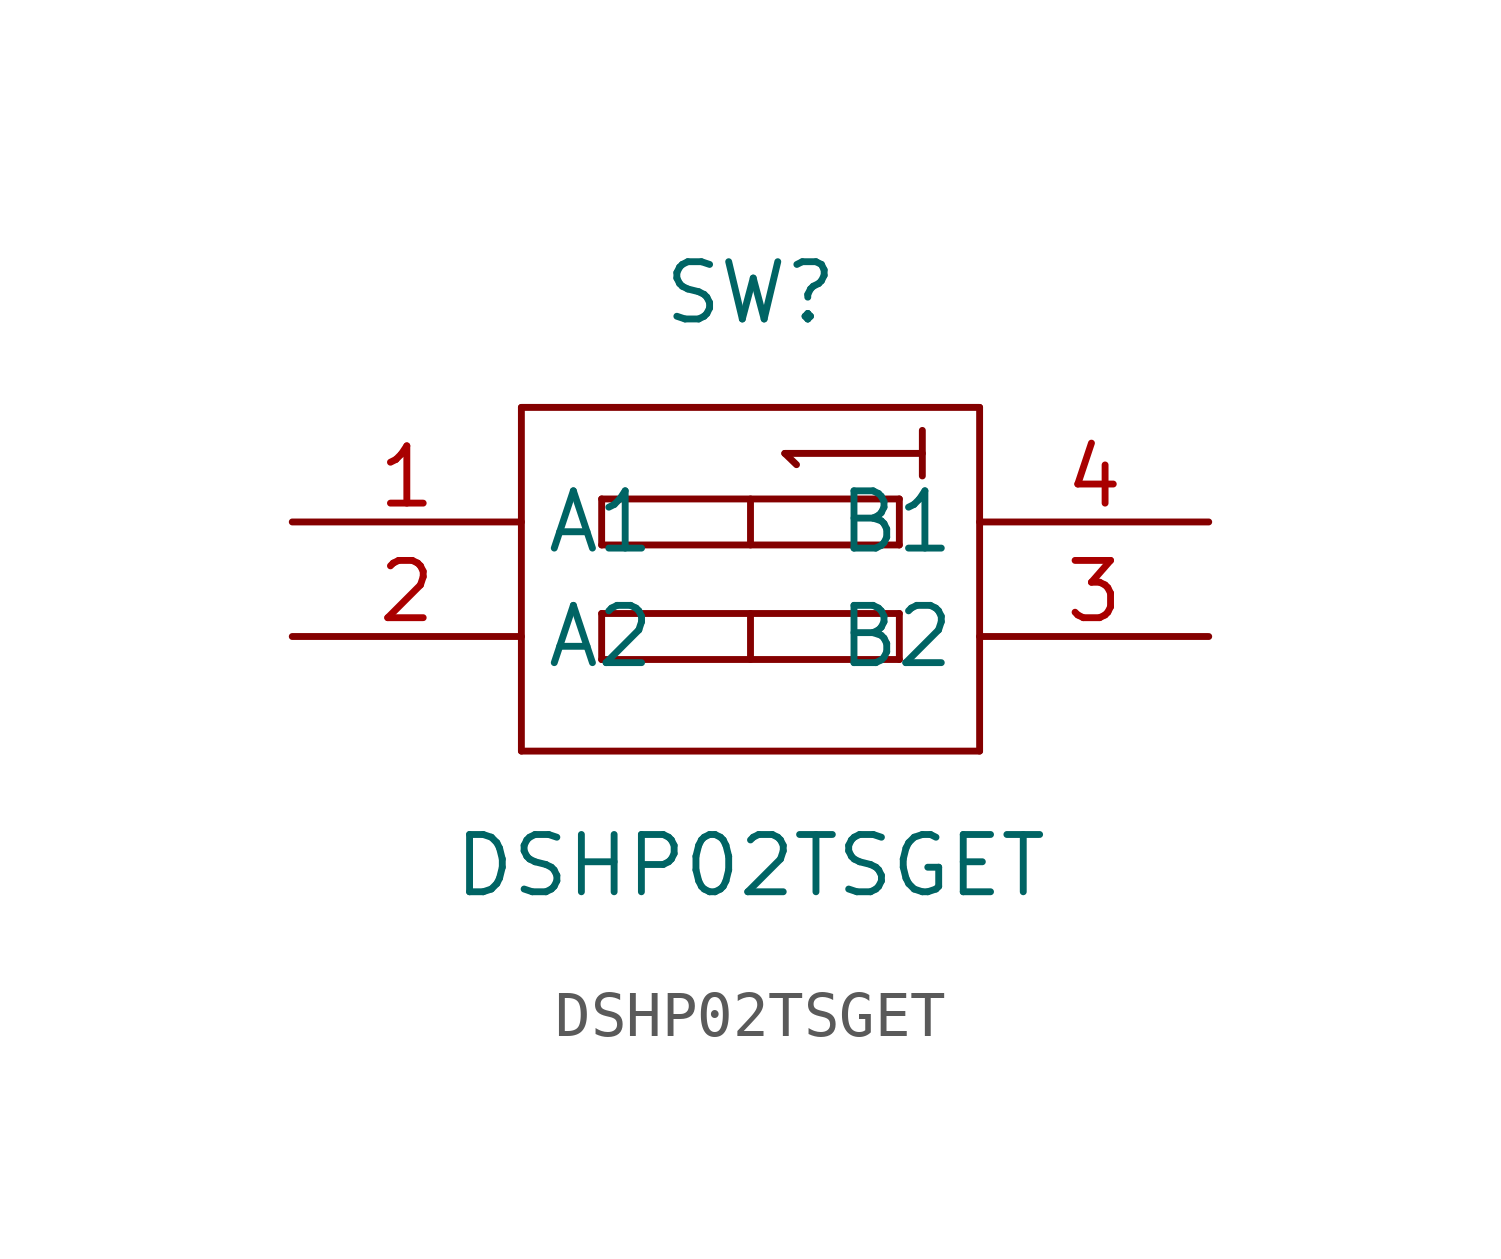
<source format=kicad_sym>
(kicad_symbol_lib
  (version 20211014)
  (generator https://github.com/uPesy/easyeda2kicad.py)
  (symbol "DSHP02TSGET"
    (property "Reference" "SW"
      (at 0 6.35 0)
      (effects (font (size 1.27 1.27))))
    (property "Value" "DSHP02TSGET"
      (at 0 -6.35 0)
      (effects (font (size 1.27 1.27))))
    (symbol "DSHP02TSGET_0_1"
      (polyline (pts (xy -3.30 1.78) (xy 3.30 1.78)) (stroke (width 0) (type default) (color 0 0 0 0)) (fill (type none)))
      (polyline (pts (xy 3.30 1.78) (xy 3.30 0.76)) (stroke (width 0) (type default) (color 0 0 0 0)) (fill (type none)))
      (polyline (pts (xy 3.30 0.76) (xy -3.30 0.76)) (stroke (width 0) (type default) (color 0 0 0 0)) (fill (type none)))
      (polyline (pts (xy -3.30 0.76) (xy -3.30 1.78)) (stroke (width 0) (type default) (color 0 0 0 0)) (fill (type none)))
      (polyline (pts (xy 0.00 1.78) (xy 0.00 0.76)) (stroke (width 0) (type default) (color 0 0 0 0)) (fill (type none)))
      (polyline (pts (xy -3.30 -0.76) (xy 3.30 -0.76)) (stroke (width 0) (type default) (color 0 0 0 0)) (fill (type none)))
      (polyline (pts (xy 3.30 -0.76) (xy 3.30 -1.78)) (stroke (width 0) (type default) (color 0 0 0 0)) (fill (type none)))
      (polyline (pts (xy 3.30 -1.78) (xy -3.30 -1.78)) (stroke (width 0) (type default) (color 0 0 0 0)) (fill (type none)))
      (polyline (pts (xy -3.30 -1.78) (xy -3.30 -0.76)) (stroke (width 0) (type default) (color 0 0 0 0)) (fill (type none)))
      (polyline (pts (xy 0.00 -0.76) (xy 0.00 -1.78)) (stroke (width 0) (type default) (color 0 0 0 0)) (fill (type none)))
      (polyline (pts (xy -5.08 3.81) (xy 5.08 3.81)) (stroke (width 0) (type default) (color 0 0 0 0)) (fill (type none)))
      (polyline (pts (xy 5.08 3.81) (xy 5.08 -3.81)) (stroke (width 0) (type default) (color 0 0 0 0)) (fill (type none)))
      (polyline (pts (xy 5.08 -3.81) (xy -5.08 -3.81)) (stroke (width 0) (type default) (color 0 0 0 0)) (fill (type none)))
      (polyline (pts (xy -5.08 -3.81) (xy -5.08 3.81)) (stroke (width 0) (type default) (color 0 0 0 0)) (fill (type none)))
      (polyline (pts (xy 1.02 2.54) (xy 0.76 2.79)) (stroke (width 0) (type default) (color 0 0 0 0)) (fill (type none)))
      (polyline (pts (xy 0.76 2.79) (xy 3.81 2.79)) (stroke (width 0) (type default) (color 0 0 0 0)) (fill (type none)))
      (polyline (pts (xy 3.81 3.30) (xy 3.81 2.29)) (stroke (width 0) (type default) (color 0 0 0 0)) (fill (type none)))
      (pin input line (at -10.16 1.27 0) (length 5.08) (name "A1" (effects (font (size 1.27 1.27)))) (number "1" (effects (font (size 1.27 1.27)))))
      (pin input line (at -10.16 -1.27 0) (length 5.08) (name "A2" (effects (font (size 1.27 1.27)))) (number "2" (effects (font (size 1.27 1.27)))))
      (pin input line (at 10.16 1.27 180) (length 5.08) (name "B1" (effects (font (size 1.27 1.27)))) (number "4" (effects (font (size 1.27 1.27)))))
      (pin input line (at 10.16 -1.27 180) (length 5.08) (name "B2" (effects (font (size 1.27 1.27)))) (number "3" (effects (font (size 1.27 1.27))))))))
</source>
